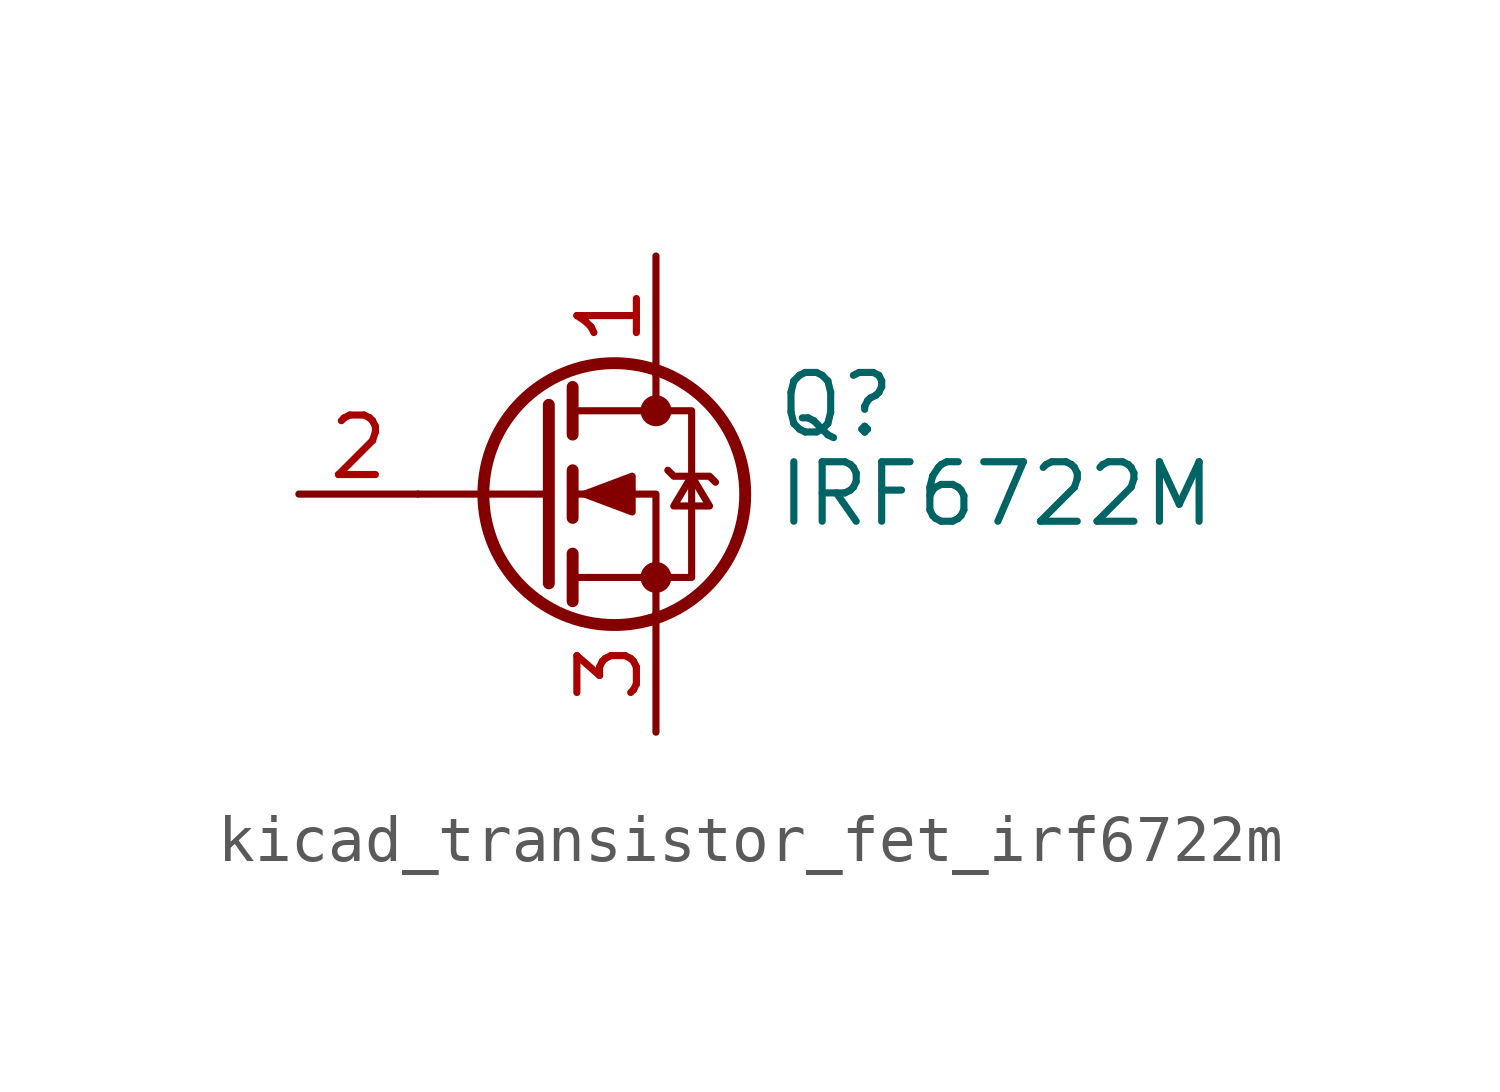
<source format=kicad_sym>
(kicad_symbol_lib
  (version 20220914)
  (generator kicad_symbol_editor)
  (symbol "kicad_transistor_fet_irf6722m"
    (pin_names hide)
    (property "Reference" "Q"
      (at 5.08 1.905 0)
      (effects (font (size 1.27 1.27)) (justify left)))
    (property "Value" "IRF6722M"
      (at 5.08 0 0)
      (effects (font (size 1.27 1.27)) (justify left)))
    (symbol "kicad_transistor_fet_irf6722m_0_1"
      (polyline (pts (xy 0.254 0) (xy -2.54 0)) (stroke (width 0) (type default)) (fill (type none)))
      (polyline (pts (xy 0.254 1.905) (xy 0.254 -1.905)) (stroke (width 0.254) (type default)) (fill (type none)))
      (polyline (pts (xy 0.762 -1.27) (xy 0.762 -2.286)) (stroke (width 0.254) (type default)) (fill (type none)))
      (polyline (pts (xy 0.762 0.508) (xy 0.762 -0.508)) (stroke (width 0.254) (type default)) (fill (type none)))
      (polyline (pts (xy 0.762 2.286) (xy 0.762 1.27)) (stroke (width 0.254) (type default)) (fill (type none)))
      (polyline (pts (xy 2.54 2.54) (xy 2.54 1.778)) (stroke (width 0) (type default)) (fill (type none)))
      (polyline (pts (xy 2.54 -2.54) (xy 2.54 0) (xy 0.762 0)) (stroke (width 0) (type default)) (fill (type none)))
      (polyline (pts (xy 0.762 -1.778) (xy 3.302 -1.778) (xy 3.302 1.778) (xy 0.762 1.778)) (stroke (width 0) (type default)) (fill (type none)))
      (polyline (pts (xy 1.016 0) (xy 2.032 0.381) (xy 2.032 -0.381) (xy 1.016 0)) (stroke (width 0) (type default)) (fill (type outline)))
      (polyline (pts (xy 2.794 0.508) (xy 2.921 0.381) (xy 3.683 0.381) (xy 3.81 0.254)) (stroke (width 0) (type default)) (fill (type none)))
      (polyline (pts (xy 3.302 0.381) (xy 2.921 -0.254) (xy 3.683 -0.254) (xy 3.302 0.381)) (stroke (width 0) (type default)) (fill (type none)))
      (circle (center 1.651 0) (radius 2.794) (stroke (width 0.254) (type default)) (fill (type none)))
      (circle (center 2.54 -1.778) (radius 0.254) (stroke (width 0) (type default)) (fill (type outline)))
      (circle (center 2.54 1.778) (radius 0.254) (stroke (width 0) (type default)) (fill (type outline))))
    (symbol "kicad_transistor_fet_irf6722m_1_1"
      (pin passive line (at 2.54 5.08 270) (length 2.54) (name "D" (effects (font (size 1.27 1.27)))) (number "1" (effects (font (size 1.27 1.27)))))
      (pin input line (at -5.08 0 0) (length 2.54) (name "G" (effects (font (size 1.27 1.27)))) (number "2" (effects (font (size 1.27 1.27)))))
      (pin passive line (at 2.54 -5.08 90) (length 2.54) (name "S" (effects (font (size 1.27 1.27)))) (number "3" (effects (font (size 1.27 1.27))))))))
</source>
